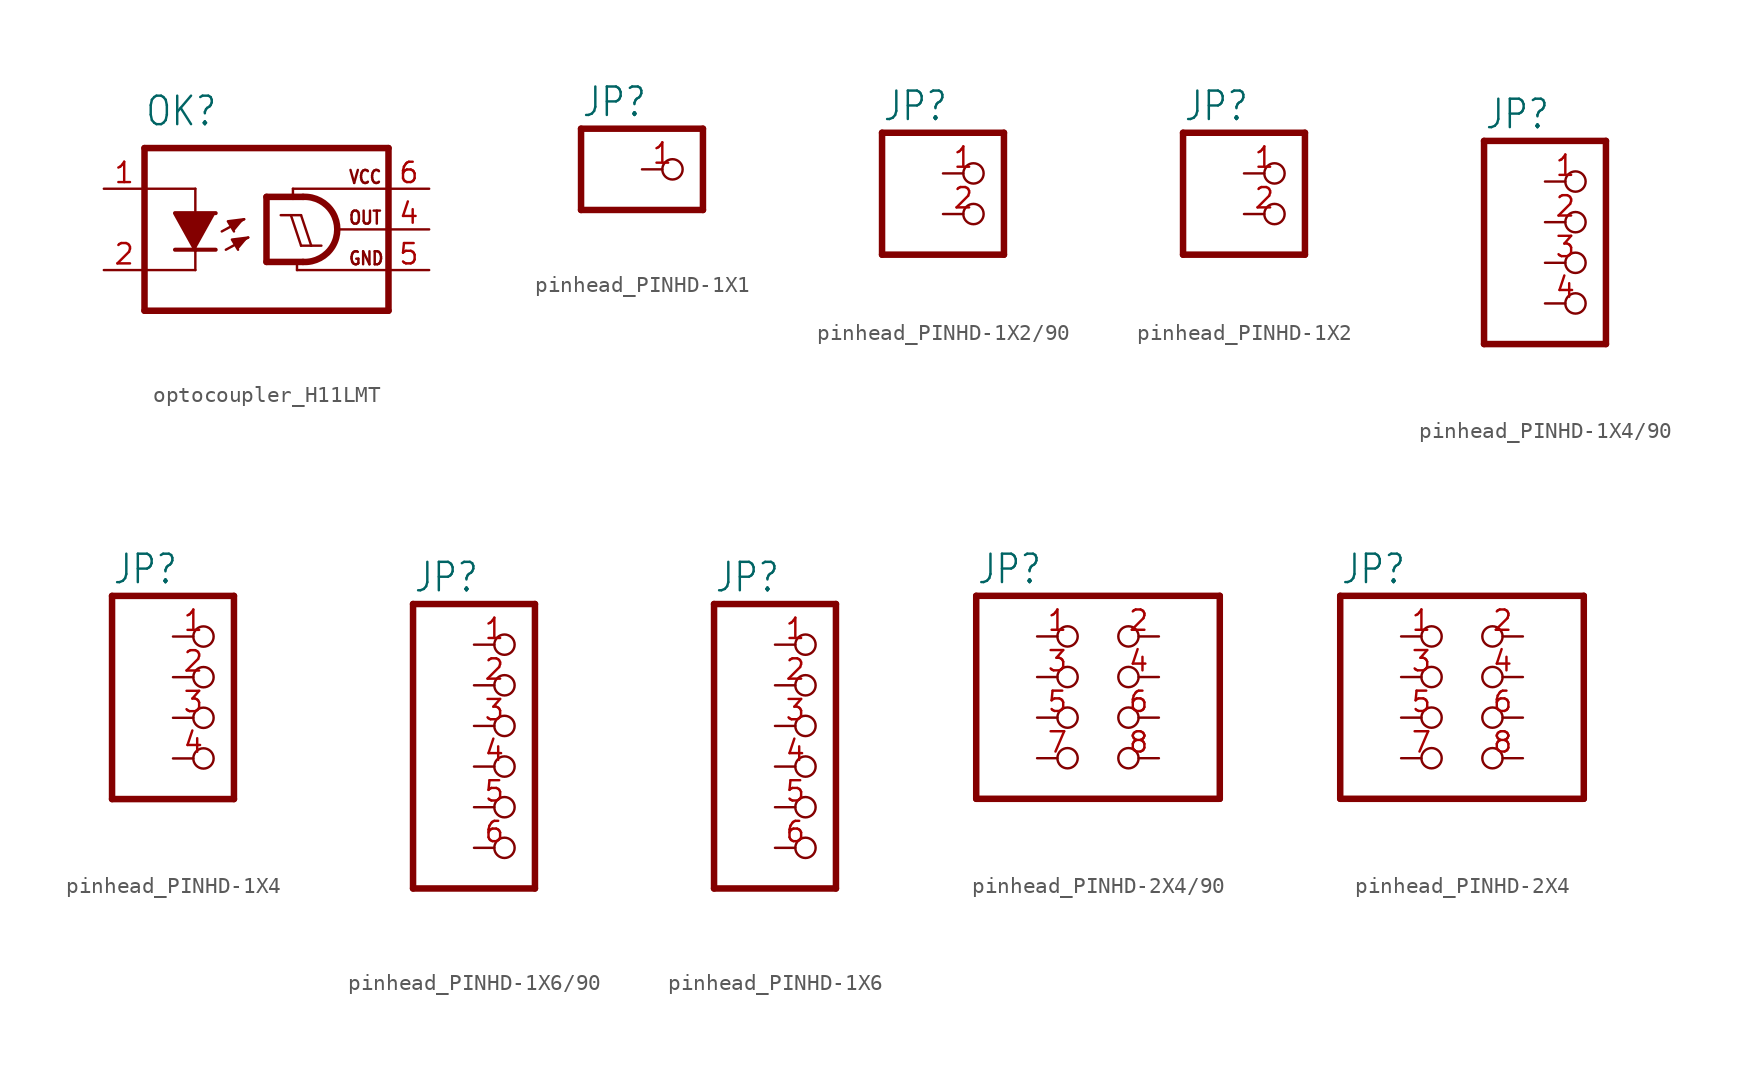
<source format=kicad_sym>
(kicad_symbol_lib
  (version 20241209)
  (generator "kicad_symbol_editor")
  (generator_version "9.0")
  (symbol "optocoupler_H11LMT"
    (property "Reference" "OK"
      (at -7.62 6.35 0)
      (effects (font (size 1.778 1.511)) (justify left bottom)))
    (property "Value" ""
      (at -7.62 -7.62 0)
      (effects (font (size 1.778 1.511)) (justify left bottom)))
    (property "ki_locked" ""
      (at 0 0 0)
      (effects (font (size 1.27 1.27))))
    (symbol "optocoupler_H11LMT_1_0"
      (polyline (pts (xy -7.62 5.08) (xy -7.62 -5.08)) (stroke (width 0.406) (type solid)) (fill (type none)))
      (polyline (pts (xy -7.62 2.54) (xy -4.445 2.54)) (stroke (width 0.152) (type solid)) (fill (type none)))
      (polyline (pts (xy -7.62 -2.54) (xy -4.445 -2.54)) (stroke (width 0.152) (type solid)) (fill (type none)))
      (polyline (pts (xy -4.445 1.143) (xy -4.445 2.54)) (stroke (width 0.152) (type solid)) (fill (type none)))
      (polyline (pts (xy -4.445 -1.27) (xy -5.715 -1.27)) (stroke (width 0.254) (type solid)) (fill (type none)))
      (polyline (pts (xy -4.445 -1.27) (xy -5.715 1.016) (xy -3.175 1.016)) (stroke (width 0.254) (type solid)) (fill (type outline)))
      (polyline (pts (xy -4.445 -2.54) (xy -4.445 -1.27)) (stroke (width 0.152) (type solid)) (fill (type none)))
      (polyline (pts (xy -3.175 -1.27) (xy -4.445 -1.27)) (stroke (width 0.254) (type solid)) (fill (type none)))
      (polyline (pts (xy -2.794 -0.127) (xy -1.397 0.635)) (stroke (width 0.152) (type solid)) (fill (type none)))
      (polyline (pts (xy -2.54 -1.27) (xy -1.143 -0.508)) (stroke (width 0.152) (type solid)) (fill (type none)))
      (polyline (pts (xy -1.397 0.635) (xy -2.413 0.508) (xy -2.032 -0.127)) (stroke (width 0.152) (type solid)) (fill (type outline)))
      (polyline (pts (xy -1.143 -0.508) (xy -2.159 -0.635) (xy -1.778 -1.27)) (stroke (width 0.152) (type solid)) (fill (type outline)))
      (polyline (pts (xy 0 2.032) (xy 0 -2.032)) (stroke (width 0.406) (type solid)) (fill (type none)))
      (polyline (pts (xy 0 2.032) (xy 1.651 2.032)) (stroke (width 0.406) (type solid)) (fill (type none)))
      (polyline (pts (xy 1.524 0.889) (xy 0.889 0.889)) (stroke (width 0.152) (type solid)) (fill (type none)))
      (polyline (pts (xy 1.651 2.54) (xy 7.62 2.54)) (stroke (width 0.152) (type solid)) (fill (type none)))
      (polyline (pts (xy 1.651 2.032) (xy 1.651 2.54)) (stroke (width 0.152) (type solid)) (fill (type none)))
      (polyline (pts (xy 1.651 2.032) (xy 2.286 2.032)) (stroke (width 0.406) (type solid)) (fill (type none)))
      (polyline (pts (xy 1.905 -2.159) (xy 1.905 -2.54)) (stroke (width 0.152) (type solid)) (fill (type none)))
      (polyline (pts (xy 1.905 -2.54) (xy 7.62 -2.54)) (stroke (width 0.152) (type solid)) (fill (type none)))
      (polyline (pts (xy 2.159 0.889) (xy 1.524 0.889)) (stroke (width 0.152) (type solid)) (fill (type none)))
      (polyline (pts (xy 2.159 -1.016) (xy 1.524 0.889)) (stroke (width 0.152) (type solid)) (fill (type none)))
      (polyline (pts (xy 2.286 -2.032) (xy 0 -2.032)) (stroke (width 0.406) (type solid)) (fill (type none)))
      (arc (start 2.286 2.032) (mid 4.422 -0.0001) (end 2.2858 -2.032) (stroke (width 0.4064) (type solid)) (fill (type none)))
      (polyline (pts (xy 2.794 -1.016) (xy 2.159 0.889)) (stroke (width 0.152) (type solid)) (fill (type none)))
      (polyline (pts (xy 2.794 -1.016) (xy 2.159 -1.016)) (stroke (width 0.152) (type solid)) (fill (type none)))
      (polyline (pts (xy 3.429 -1.016) (xy 2.794 -1.016)) (stroke (width 0.152) (type solid)) (fill (type none)))
      (polyline (pts (xy 4.572 0) (xy 7.62 0)) (stroke (width 0.152) (type solid)) (fill (type none)))
      (polyline (pts (xy 7.62 5.08) (xy -7.62 5.08)) (stroke (width 0.406) (type solid)) (fill (type none)))
      (polyline (pts (xy 7.62 5.08) (xy 7.62 -5.08)) (stroke (width 0.406) (type solid)) (fill (type none)))
      (polyline (pts (xy 7.62 -5.08) (xy -7.62 -5.08)) (stroke (width 0.406) (type solid)) (fill (type none)))
      (text "VCC" (at 5.08 2.794 0) (effects (font (size 0.813 0.691)) (justify left bottom)))
      (text "OUT" (at 5.08 0.254 0) (effects (font (size 0.813 0.691)) (justify left bottom)))
      (text "GND" (at 5.08 -2.286 0) (effects (font (size 0.813 0.691)) (justify left bottom)))
      (pin passive line (at -10.16 2.54 0) (length 2.54) (name "A" (effects (font (size 0 0)))) (number "1" (effects (font (size 1.27 1.27)))))
      (pin passive line (at -10.16 -2.54 0) (length 2.54) (name "C" (effects (font (size 0 0)))) (number "2" (effects (font (size 1.27 1.27)))))
      (pin power_in line (at 10.16 2.54 180) (length 2.54) (name "VCC" (effects (font (size 0 0)))) (number "6" (effects (font (size 1.27 1.27)))))
      (pin output line (at 10.16 0 180) (length 2.54) (name "OUT" (effects (font (size 0 0)))) (number "4" (effects (font (size 1.27 1.27)))))
      (pin power_in line (at 10.16 -2.54 180) (length 2.54) (name "GND" (effects (font (size 0 0)))) (number "5" (effects (font (size 1.27 1.27)))))))
  (symbol "pinhead_PINHD-1X1"
    (property "Reference" "JP"
      (at -6.35 3.175 0)
      (effects (font (size 1.778 1.511)) (justify left bottom)))
    (property "Value" ""
      (at -6.35 -5.08 0)
      (effects (font (size 1.778 1.511)) (justify left bottom)))
    (property "ki_locked" ""
      (at 0 0 0)
      (effects (font (size 1.27 1.27))))
    (symbol "pinhead_PINHD-1X1_1_0"
      (polyline (pts (xy -6.35 2.54) (xy -6.35 -2.54)) (stroke (width 0.406) (type solid)) (fill (type none)))
      (polyline (pts (xy -6.35 -2.54) (xy 1.27 -2.54)) (stroke (width 0.406) (type solid)) (fill (type none)))
      (polyline (pts (xy 1.27 2.54) (xy -6.35 2.54)) (stroke (width 0.406) (type solid)) (fill (type none)))
      (polyline (pts (xy 1.27 -2.54) (xy 1.27 2.54)) (stroke (width 0.406) (type solid)) (fill (type none)))
      (pin passive inverted (at -2.54 0 0) (length 2.54) (name "1" (effects (font (size 0 0)))) (number "1" (effects (font (size 1.27 1.27)))))))
  (symbol "pinhead_PINHD-1X2/90"
    (property "Reference" "JP"
      (at -6.35 5.715 0)
      (effects (font (size 1.778 1.511)) (justify left bottom)))
    (property "Value" ""
      (at -6.35 -5.08 0)
      (effects (font (size 1.778 1.511)) (justify left bottom)))
    (property "ki_locked" ""
      (at 0 0 0)
      (effects (font (size 1.27 1.27))))
    (symbol "pinhead_PINHD-1X2/90_1_0"
      (polyline (pts (xy -6.35 5.08) (xy -6.35 -2.54)) (stroke (width 0.406) (type solid)) (fill (type none)))
      (polyline (pts (xy -6.35 -2.54) (xy 1.27 -2.54)) (stroke (width 0.406) (type solid)) (fill (type none)))
      (polyline (pts (xy 1.27 5.08) (xy -6.35 5.08)) (stroke (width 0.406) (type solid)) (fill (type none)))
      (polyline (pts (xy 1.27 -2.54) (xy 1.27 5.08)) (stroke (width 0.406) (type solid)) (fill (type none)))
      (pin passive inverted (at -2.54 2.54 0) (length 2.54) (name "1" (effects (font (size 0 0)))) (number "1" (effects (font (size 1.27 1.27)))))
      (pin passive inverted (at -2.54 0 0) (length 2.54) (name "2" (effects (font (size 0 0)))) (number "2" (effects (font (size 1.27 1.27)))))))
  (symbol "pinhead_PINHD-1X2"
    (property "Reference" "JP"
      (at -6.35 5.715 0)
      (effects (font (size 1.778 1.511)) (justify left bottom)))
    (property "Value" ""
      (at -6.35 -5.08 0)
      (effects (font (size 1.778 1.511)) (justify left bottom)))
    (symbol "pinhead_PINHD-1X2_1_0"
      (polyline (pts (xy -6.35 5.08) (xy -6.35 -2.54)) (stroke (width 0.406) (type solid)) (fill (type none)))
      (polyline (pts (xy -6.35 -2.54) (xy 1.27 -2.54)) (stroke (width 0.406) (type solid)) (fill (type none)))
      (polyline (pts (xy 1.27 5.08) (xy -6.35 5.08)) (stroke (width 0.406) (type solid)) (fill (type none)))
      (polyline (pts (xy 1.27 -2.54) (xy 1.27 5.08)) (stroke (width 0.406) (type solid)) (fill (type none)))
      (pin passive inverted (at -2.54 2.54 0) (length 2.54) (name "1" (effects (font (size 0 0)))) (number "1" (effects (font (size 1.27 1.27)))))
      (pin passive inverted (at -2.54 0 0) (length 2.54) (name "2" (effects (font (size 0 0)))) (number "2" (effects (font (size 1.27 1.27)))))))
  (symbol "pinhead_PINHD-1X4/90"
    (property "Reference" "JP"
      (at -6.35 8.255 0)
      (effects (font (size 1.778 1.511)) (justify left bottom)))
    (property "Value" ""
      (at -6.35 -7.62 0)
      (effects (font (size 1.778 1.511)) (justify left bottom)))
    (property "ki_locked" ""
      (at 0 0 0)
      (effects (font (size 1.27 1.27))))
    (symbol "pinhead_PINHD-1X4/90_1_0"
      (polyline (pts (xy -6.35 7.62) (xy -6.35 -5.08)) (stroke (width 0.406) (type solid)) (fill (type none)))
      (polyline (pts (xy -6.35 -5.08) (xy 1.27 -5.08)) (stroke (width 0.406) (type solid)) (fill (type none)))
      (polyline (pts (xy 1.27 7.62) (xy -6.35 7.62)) (stroke (width 0.406) (type solid)) (fill (type none)))
      (polyline (pts (xy 1.27 -5.08) (xy 1.27 7.62)) (stroke (width 0.406) (type solid)) (fill (type none)))
      (pin passive inverted (at -2.54 5.08 0) (length 2.54) (name "1" (effects (font (size 0 0)))) (number "1" (effects (font (size 1.27 1.27)))))
      (pin passive inverted (at -2.54 2.54 0) (length 2.54) (name "2" (effects (font (size 0 0)))) (number "2" (effects (font (size 1.27 1.27)))))
      (pin passive inverted (at -2.54 0 0) (length 2.54) (name "3" (effects (font (size 0 0)))) (number "3" (effects (font (size 1.27 1.27)))))
      (pin passive inverted (at -2.54 -2.54 0) (length 2.54) (name "4" (effects (font (size 0 0)))) (number "4" (effects (font (size 1.27 1.27)))))))
  (symbol "pinhead_PINHD-1X4"
    (property "Reference" "JP"
      (at -6.35 8.255 0)
      (effects (font (size 1.778 1.511)) (justify left bottom)))
    (property "Value" ""
      (at -6.35 -7.62 0)
      (effects (font (size 1.778 1.511)) (justify left bottom)))
    (symbol "pinhead_PINHD-1X4_1_0"
      (polyline (pts (xy -6.35 7.62) (xy -6.35 -5.08)) (stroke (width 0.406) (type solid)) (fill (type none)))
      (polyline (pts (xy -6.35 -5.08) (xy 1.27 -5.08)) (stroke (width 0.406) (type solid)) (fill (type none)))
      (polyline (pts (xy 1.27 7.62) (xy -6.35 7.62)) (stroke (width 0.406) (type solid)) (fill (type none)))
      (polyline (pts (xy 1.27 -5.08) (xy 1.27 7.62)) (stroke (width 0.406) (type solid)) (fill (type none)))
      (pin passive inverted (at -2.54 5.08 0) (length 2.54) (name "1" (effects (font (size 0 0)))) (number "1" (effects (font (size 1.27 1.27)))))
      (pin passive inverted (at -2.54 2.54 0) (length 2.54) (name "2" (effects (font (size 0 0)))) (number "2" (effects (font (size 1.27 1.27)))))
      (pin passive inverted (at -2.54 0 0) (length 2.54) (name "3" (effects (font (size 0 0)))) (number "3" (effects (font (size 1.27 1.27)))))
      (pin passive inverted (at -2.54 -2.54 0) (length 2.54) (name "4" (effects (font (size 0 0)))) (number "4" (effects (font (size 1.27 1.27)))))))
  (symbol "pinhead_PINHD-1X6/90"
    (property "Reference" "JP"
      (at -6.35 10.795 0)
      (effects (font (size 1.778 1.511)) (justify left bottom)))
    (property "Value" ""
      (at -6.35 -10.16 0)
      (effects (font (size 1.778 1.511)) (justify left bottom)))
    (property "ki_locked" ""
      (at 0 0 0)
      (effects (font (size 1.27 1.27))))
    (symbol "pinhead_PINHD-1X6/90_1_0"
      (polyline (pts (xy -6.35 10.16) (xy -6.35 -7.62)) (stroke (width 0.406) (type solid)) (fill (type none)))
      (polyline (pts (xy -6.35 -7.62) (xy 1.27 -7.62)) (stroke (width 0.406) (type solid)) (fill (type none)))
      (polyline (pts (xy 1.27 10.16) (xy -6.35 10.16)) (stroke (width 0.406) (type solid)) (fill (type none)))
      (polyline (pts (xy 1.27 -7.62) (xy 1.27 10.16)) (stroke (width 0.406) (type solid)) (fill (type none)))
      (pin passive inverted (at -2.54 7.62 0) (length 2.54) (name "1" (effects (font (size 0 0)))) (number "1" (effects (font (size 1.27 1.27)))))
      (pin passive inverted (at -2.54 5.08 0) (length 2.54) (name "2" (effects (font (size 0 0)))) (number "2" (effects (font (size 1.27 1.27)))))
      (pin passive inverted (at -2.54 2.54 0) (length 2.54) (name "3" (effects (font (size 0 0)))) (number "3" (effects (font (size 1.27 1.27)))))
      (pin passive inverted (at -2.54 0 0) (length 2.54) (name "4" (effects (font (size 0 0)))) (number "4" (effects (font (size 1.27 1.27)))))
      (pin passive inverted (at -2.54 -2.54 0) (length 2.54) (name "5" (effects (font (size 0 0)))) (number "5" (effects (font (size 1.27 1.27)))))
      (pin passive inverted (at -2.54 -5.08 0) (length 2.54) (name "6" (effects (font (size 0 0)))) (number "6" (effects (font (size 1.27 1.27)))))))
  (symbol "pinhead_PINHD-1X6"
    (property "Reference" "JP"
      (at -6.35 10.795 0)
      (effects (font (size 1.778 1.511)) (justify left bottom)))
    (property "Value" ""
      (at -6.35 -10.16 0)
      (effects (font (size 1.778 1.511)) (justify left bottom)))
    (symbol "pinhead_PINHD-1X6_1_0"
      (polyline (pts (xy -6.35 10.16) (xy -6.35 -7.62)) (stroke (width 0.406) (type solid)) (fill (type none)))
      (polyline (pts (xy -6.35 -7.62) (xy 1.27 -7.62)) (stroke (width 0.406) (type solid)) (fill (type none)))
      (polyline (pts (xy 1.27 10.16) (xy -6.35 10.16)) (stroke (width 0.406) (type solid)) (fill (type none)))
      (polyline (pts (xy 1.27 -7.62) (xy 1.27 10.16)) (stroke (width 0.406) (type solid)) (fill (type none)))
      (pin passive inverted (at -2.54 7.62 0) (length 2.54) (name "1" (effects (font (size 0 0)))) (number "1" (effects (font (size 1.27 1.27)))))
      (pin passive inverted (at -2.54 5.08 0) (length 2.54) (name "2" (effects (font (size 0 0)))) (number "2" (effects (font (size 1.27 1.27)))))
      (pin passive inverted (at -2.54 2.54 0) (length 2.54) (name "3" (effects (font (size 0 0)))) (number "3" (effects (font (size 1.27 1.27)))))
      (pin passive inverted (at -2.54 0 0) (length 2.54) (name "4" (effects (font (size 0 0)))) (number "4" (effects (font (size 1.27 1.27)))))
      (pin passive inverted (at -2.54 -2.54 0) (length 2.54) (name "5" (effects (font (size 0 0)))) (number "5" (effects (font (size 1.27 1.27)))))
      (pin passive inverted (at -2.54 -5.08 0) (length 2.54) (name "6" (effects (font (size 0 0)))) (number "6" (effects (font (size 1.27 1.27)))))))
  (symbol "pinhead_PINHD-2X4/90"
    (property "Reference" "JP"
      (at -6.35 8.255 0)
      (effects (font (size 1.778 1.511)) (justify left bottom)))
    (property "Value" ""
      (at -6.35 -7.62 0)
      (effects (font (size 1.778 1.511)) (justify left bottom)))
    (property "ki_locked" ""
      (at 0 0 0)
      (effects (font (size 1.27 1.27))))
    (symbol "pinhead_PINHD-2X4/90_1_0"
      (polyline (pts (xy -6.35 7.62) (xy -6.35 -5.08)) (stroke (width 0.406) (type solid)) (fill (type none)))
      (polyline (pts (xy -6.35 -5.08) (xy 8.89 -5.08)) (stroke (width 0.406) (type solid)) (fill (type none)))
      (polyline (pts (xy 8.89 7.62) (xy -6.35 7.62)) (stroke (width 0.406) (type solid)) (fill (type none)))
      (polyline (pts (xy 8.89 -5.08) (xy 8.89 7.62)) (stroke (width 0.406) (type solid)) (fill (type none)))
      (pin passive inverted (at -2.54 5.08 0) (length 2.54) (name "1" (effects (font (size 0 0)))) (number "1" (effects (font (size 1.27 1.27)))))
      (pin passive inverted (at -2.54 2.54 0) (length 2.54) (name "3" (effects (font (size 0 0)))) (number "3" (effects (font (size 1.27 1.27)))))
      (pin passive inverted (at -2.54 0 0) (length 2.54) (name "5" (effects (font (size 0 0)))) (number "5" (effects (font (size 1.27 1.27)))))
      (pin passive inverted (at -2.54 -2.54 0) (length 2.54) (name "7" (effects (font (size 0 0)))) (number "7" (effects (font (size 1.27 1.27)))))
      (pin passive inverted (at 5.08 5.08 180) (length 2.54) (name "2" (effects (font (size 0 0)))) (number "2" (effects (font (size 1.27 1.27)))))
      (pin passive inverted (at 5.08 2.54 180) (length 2.54) (name "4" (effects (font (size 0 0)))) (number "4" (effects (font (size 1.27 1.27)))))
      (pin passive inverted (at 5.08 0 180) (length 2.54) (name "6" (effects (font (size 0 0)))) (number "6" (effects (font (size 1.27 1.27)))))
      (pin passive inverted (at 5.08 -2.54 180) (length 2.54) (name "8" (effects (font (size 0 0)))) (number "8" (effects (font (size 1.27 1.27)))))))
  (symbol "pinhead_PINHD-2X4"
    (property "Reference" "JP"
      (at -6.35 8.255 0)
      (effects (font (size 1.778 1.511)) (justify left bottom)))
    (property "Value" ""
      (at -6.35 -7.62 0)
      (effects (font (size 1.778 1.511)) (justify left bottom)))
    (property "ki_locked" ""
      (at 0 0 0)
      (effects (font (size 1.27 1.27))))
    (symbol "pinhead_PINHD-2X4_1_0"
      (polyline (pts (xy -6.35 7.62) (xy -6.35 -5.08)) (stroke (width 0.406) (type solid)) (fill (type none)))
      (polyline (pts (xy -6.35 -5.08) (xy 8.89 -5.08)) (stroke (width 0.406) (type solid)) (fill (type none)))
      (polyline (pts (xy 8.89 7.62) (xy -6.35 7.62)) (stroke (width 0.406) (type solid)) (fill (type none)))
      (polyline (pts (xy 8.89 -5.08) (xy 8.89 7.62)) (stroke (width 0.406) (type solid)) (fill (type none)))
      (pin passive inverted (at -2.54 5.08 0) (length 2.54) (name "1" (effects (font (size 0 0)))) (number "1" (effects (font (size 1.27 1.27)))))
      (pin passive inverted (at -2.54 2.54 0) (length 2.54) (name "3" (effects (font (size 0 0)))) (number "3" (effects (font (size 1.27 1.27)))))
      (pin passive inverted (at -2.54 0 0) (length 2.54) (name "5" (effects (font (size 0 0)))) (number "5" (effects (font (size 1.27 1.27)))))
      (pin passive inverted (at -2.54 -2.54 0) (length 2.54) (name "7" (effects (font (size 0 0)))) (number "7" (effects (font (size 1.27 1.27)))))
      (pin passive inverted (at 5.08 5.08 180) (length 2.54) (name "2" (effects (font (size 0 0)))) (number "2" (effects (font (size 1.27 1.27)))))
      (pin passive inverted (at 5.08 2.54 180) (length 2.54) (name "4" (effects (font (size 0 0)))) (number "4" (effects (font (size 1.27 1.27)))))
      (pin passive inverted (at 5.08 0 180) (length 2.54) (name "6" (effects (font (size 0 0)))) (number "6" (effects (font (size 1.27 1.27)))))
      (pin passive inverted (at 5.08 -2.54 180) (length 2.54) (name "8" (effects (font (size 0 0)))) (number "8" (effects (font (size 1.27 1.27))))))))
</source>
